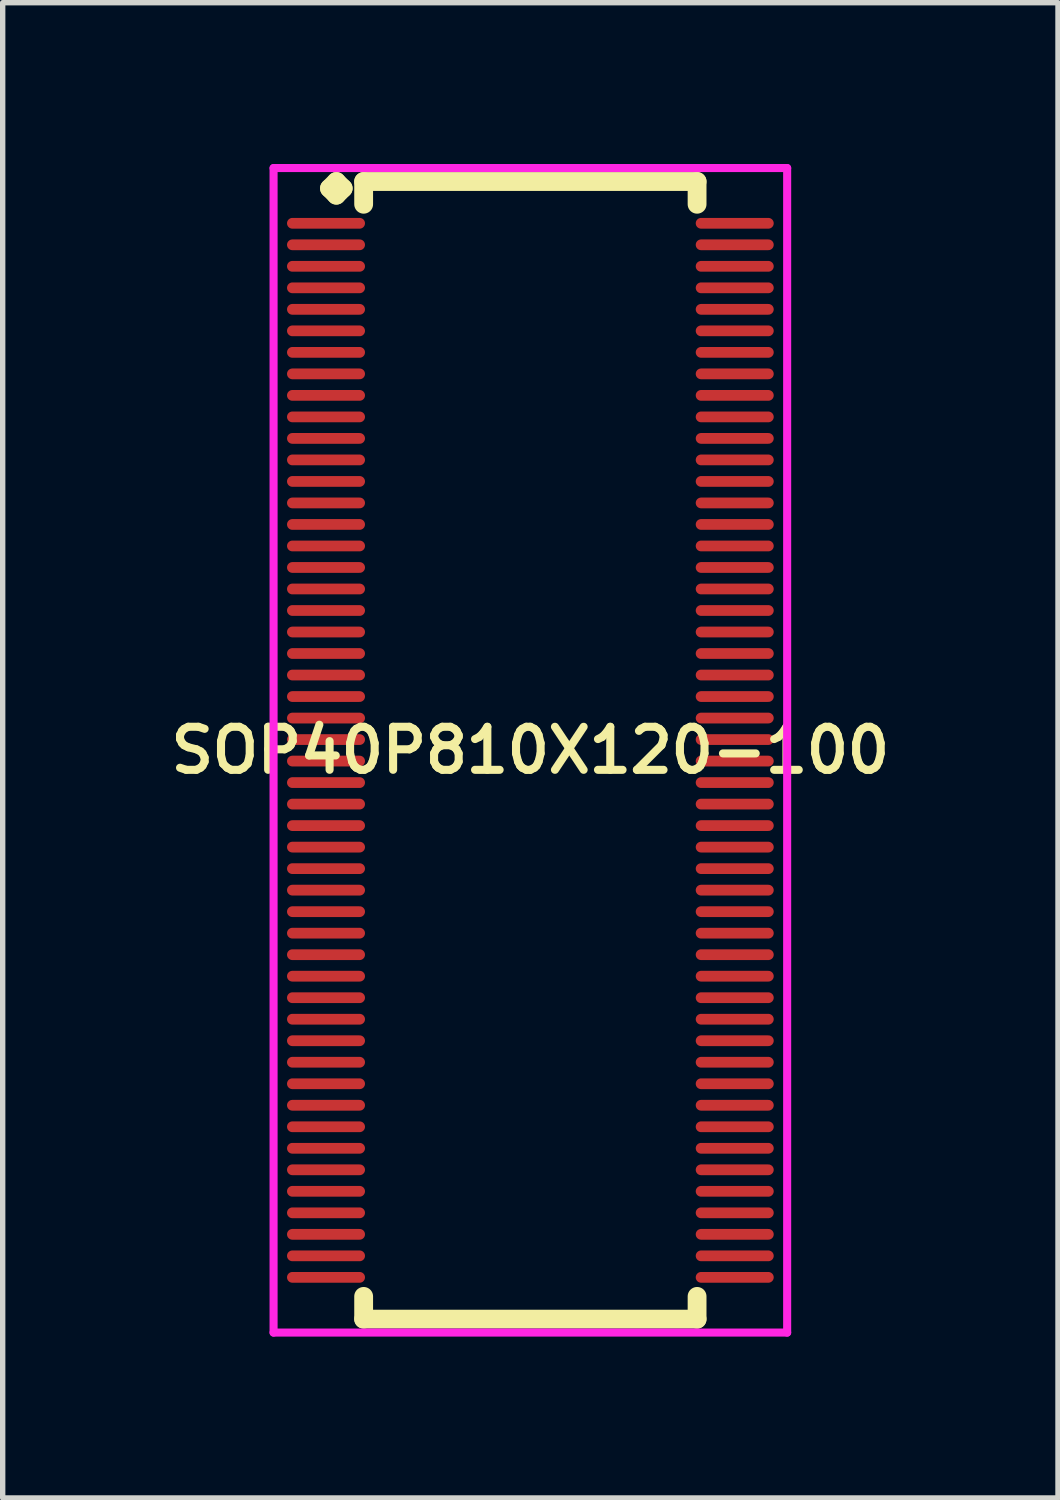
<source format=kicad_pcb>
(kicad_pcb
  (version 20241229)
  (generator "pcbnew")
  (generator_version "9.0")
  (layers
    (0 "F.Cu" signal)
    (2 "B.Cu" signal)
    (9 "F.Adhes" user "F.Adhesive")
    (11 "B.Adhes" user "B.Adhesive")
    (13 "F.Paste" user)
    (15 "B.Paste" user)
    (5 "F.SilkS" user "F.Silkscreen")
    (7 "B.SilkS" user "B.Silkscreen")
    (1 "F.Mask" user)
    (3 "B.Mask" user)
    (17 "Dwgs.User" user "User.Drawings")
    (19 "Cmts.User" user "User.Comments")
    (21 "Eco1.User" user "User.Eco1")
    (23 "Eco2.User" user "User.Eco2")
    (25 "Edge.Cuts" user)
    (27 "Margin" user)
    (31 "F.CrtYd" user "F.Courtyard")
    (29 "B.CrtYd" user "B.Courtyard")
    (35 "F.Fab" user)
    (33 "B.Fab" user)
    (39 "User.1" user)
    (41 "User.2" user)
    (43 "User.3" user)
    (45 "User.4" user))
  (footprint "SOP40P810X120-100"
    (layer "F.Cu")
    (at 6.812 10.902)
    (property "Reference" "SOP40P810X120-100" (at 0 0 0) (layer "F.SilkS") (effects (font (size 0.8 0.8) (thickness 0.15))))
    (attr through_hole)
    (fp_line (start -3.735 -10.45) (end -3.608 -10.577) (stroke (width 0.35) (type solid)) (layer "F.SilkS"))
    (fp_line (start -3.608 -10.577) (end -3.481 -10.45) (stroke (width 0.35) (type solid)) (layer "F.SilkS"))
    (fp_line (start -3.608 -10.323) (end -3.735 -10.45) (stroke (width 0.35) (type solid)) (layer "F.SilkS"))
    (fp_line (start -3.481 -10.45) (end -3.608 -10.323) (stroke (width 0.35) (type solid)) (layer "F.SilkS"))
    (fp_line (start -3.1 -10.577) (end 3.1 -10.577) (stroke (width 0.35) (type solid)) (layer "F.SilkS"))
    (fp_line (start -3.1 -10.154) (end -3.1 -10.577) (stroke (width 0.35) (type solid)) (layer "F.SilkS"))
    (fp_line (start -3.1 10.154) (end -3.1 10.577) (stroke (width 0.35) (type solid)) (layer "F.SilkS"))
    (fp_line (start -3.1 10.577) (end 3.1 10.577) (stroke (width 0.35) (type solid)) (layer "F.SilkS"))
    (fp_line (start 3.1 -10.577) (end 3.1 -10.154) (stroke (width 0.35) (type solid)) (layer "F.SilkS"))
    (fp_line (start 3.1 10.577) (end 3.1 10.154) (stroke (width 0.35) (type solid)) (layer "F.SilkS"))
    (fp_line (start -4.775 -10.827) (end 4.775 -10.827) (stroke (width 0.15) (type solid)) (layer "F.CrtYd"))
    (fp_line (start -4.775 10.827) (end -4.775 -10.827) (stroke (width 0.15) (type solid)) (layer "F.CrtYd"))
    (fp_line (start 4.775 -10.827) (end 4.775 10.827) (stroke (width 0.15) (type solid)) (layer "F.CrtYd"))
    (fp_line (start 4.775 10.827) (end -4.775 10.827) (stroke (width 0.15) (type solid)) (layer "F.CrtYd"))
    (pad "1" smd oval (at -3.8 -9.8) (size 1.45 0.2) (layers "F.Cu" "F.Mask" "F.Paste"))
    (pad "2" smd oval (at -3.8 -9.4) (size 1.45 0.2) (layers "F.Cu" "F.Mask" "F.Paste"))
    (pad "3" smd oval (at -3.8 -9) (size 1.45 0.2) (layers "F.Cu" "F.Mask" "F.Paste"))
    (pad "4" smd oval (at -3.8 -8.6) (size 1.45 0.2) (layers "F.Cu" "F.Mask" "F.Paste"))
    (pad "5" smd oval (at -3.8 -8.2) (size 1.45 0.2) (layers "F.Cu" "F.Mask" "F.Paste"))
    (pad "6" smd oval (at -3.8 -7.8) (size 1.45 0.2) (layers "F.Cu" "F.Mask" "F.Paste"))
    (pad "7" smd oval (at -3.8 -7.4) (size 1.45 0.2) (layers "F.Cu" "F.Mask" "F.Paste"))
    (pad "8" smd oval (at -3.8 -7) (size 1.45 0.2) (layers "F.Cu" "F.Mask" "F.Paste"))
    (pad "9" smd oval (at -3.8 -6.6) (size 1.45 0.2) (layers "F.Cu" "F.Mask" "F.Paste"))
    (pad "10" smd oval (at -3.8 -6.2) (size 1.45 0.2) (layers "F.Cu" "F.Mask" "F.Paste"))
    (pad "11" smd oval (at -3.8 -5.8) (size 1.45 0.2) (layers "F.Cu" "F.Mask" "F.Paste"))
    (pad "12" smd oval (at -3.8 -5.4) (size 1.45 0.2) (layers "F.Cu" "F.Mask" "F.Paste"))
    (pad "13" smd oval (at -3.8 -5) (size 1.45 0.2) (layers "F.Cu" "F.Mask" "F.Paste"))
    (pad "14" smd oval (at -3.8 -4.6) (size 1.45 0.2) (layers "F.Cu" "F.Mask" "F.Paste"))
    (pad "15" smd oval (at -3.8 -4.2) (size 1.45 0.2) (layers "F.Cu" "F.Mask" "F.Paste"))
    (pad "16" smd oval (at -3.8 -3.8) (size 1.45 0.2) (layers "F.Cu" "F.Mask" "F.Paste"))
    (pad "17" smd oval (at -3.8 -3.4) (size 1.45 0.2) (layers "F.Cu" "F.Mask" "F.Paste"))
    (pad "18" smd oval (at -3.8 -3) (size 1.45 0.2) (layers "F.Cu" "F.Mask" "F.Paste"))
    (pad "19" smd oval (at -3.8 -2.6) (size 1.45 0.2) (layers "F.Cu" "F.Mask" "F.Paste"))
    (pad "20" smd oval (at -3.8 -2.2) (size 1.45 0.2) (layers "F.Cu" "F.Mask" "F.Paste"))
    (pad "21" smd oval (at -3.8 -1.8) (size 1.45 0.2) (layers "F.Cu" "F.Mask" "F.Paste"))
    (pad "22" smd oval (at -3.8 -1.4) (size 1.45 0.2) (layers "F.Cu" "F.Mask" "F.Paste"))
    (pad "23" smd oval (at -3.8 -1) (size 1.45 0.2) (layers "F.Cu" "F.Mask" "F.Paste"))
    (pad "24" smd oval (at -3.8 -0.6) (size 1.45 0.2) (layers "F.Cu" "F.Mask" "F.Paste"))
    (pad "25" smd oval (at -3.8 -0.2) (size 1.45 0.2) (layers "F.Cu" "F.Mask" "F.Paste"))
    (pad "26" smd oval (at -3.8 0.2) (size 1.45 0.2) (layers "F.Cu" "F.Mask" "F.Paste"))
    (pad "27" smd oval (at -3.8 0.6) (size 1.45 0.2) (layers "F.Cu" "F.Mask" "F.Paste"))
    (pad "28" smd oval (at -3.8 1) (size 1.45 0.2) (layers "F.Cu" "F.Mask" "F.Paste"))
    (pad "29" smd oval (at -3.8 1.4) (size 1.45 0.2) (layers "F.Cu" "F.Mask" "F.Paste"))
    (pad "30" smd oval (at -3.8 1.8) (size 1.45 0.2) (layers "F.Cu" "F.Mask" "F.Paste"))
    (pad "31" smd oval (at -3.8 2.2) (size 1.45 0.2) (layers "F.Cu" "F.Mask" "F.Paste"))
    (pad "32" smd oval (at -3.8 2.6) (size 1.45 0.2) (layers "F.Cu" "F.Mask" "F.Paste"))
    (pad "33" smd oval (at -3.8 3) (size 1.45 0.2) (layers "F.Cu" "F.Mask" "F.Paste"))
    (pad "34" smd oval (at -3.8 3.4) (size 1.45 0.2) (layers "F.Cu" "F.Mask" "F.Paste"))
    (pad "35" smd oval (at -3.8 3.8) (size 1.45 0.2) (layers "F.Cu" "F.Mask" "F.Paste"))
    (pad "36" smd oval (at -3.8 4.2) (size 1.45 0.2) (layers "F.Cu" "F.Mask" "F.Paste"))
    (pad "37" smd oval (at -3.8 4.6) (size 1.45 0.2) (layers "F.Cu" "F.Mask" "F.Paste"))
    (pad "38" smd oval (at -3.8 5) (size 1.45 0.2) (layers "F.Cu" "F.Mask" "F.Paste"))
    (pad "39" smd oval (at -3.8 5.4) (size 1.45 0.2) (layers "F.Cu" "F.Mask" "F.Paste"))
    (pad "40" smd oval (at -3.8 5.8) (size 1.45 0.2) (layers "F.Cu" "F.Mask" "F.Paste"))
    (pad "41" smd oval (at -3.8 6.2) (size 1.45 0.2) (layers "F.Cu" "F.Mask" "F.Paste"))
    (pad "42" smd oval (at -3.8 6.6) (size 1.45 0.2) (layers "F.Cu" "F.Mask" "F.Paste"))
    (pad "43" smd oval (at -3.8 7) (size 1.45 0.2) (layers "F.Cu" "F.Mask" "F.Paste"))
    (pad "44" smd oval (at -3.8 7.4) (size 1.45 0.2) (layers "F.Cu" "F.Mask" "F.Paste"))
    (pad "45" smd oval (at -3.8 7.8) (size 1.45 0.2) (layers "F.Cu" "F.Mask" "F.Paste"))
    (pad "46" smd oval (at -3.8 8.2) (size 1.45 0.2) (layers "F.Cu" "F.Mask" "F.Paste"))
    (pad "47" smd oval (at -3.8 8.6) (size 1.45 0.2) (layers "F.Cu" "F.Mask" "F.Paste"))
    (pad "48" smd oval (at -3.8 9) (size 1.45 0.2) (layers "F.Cu" "F.Mask" "F.Paste"))
    (pad "49" smd oval (at -3.8 9.4) (size 1.45 0.2) (layers "F.Cu" "F.Mask" "F.Paste"))
    (pad "50" smd oval (at -3.8 9.8) (size 1.45 0.2) (layers "F.Cu" "F.Mask" "F.Paste"))
    (pad "51" smd oval (at 3.8 9.8) (size 1.45 0.2) (layers "F.Cu" "F.Mask" "F.Paste"))
    (pad "52" smd oval (at 3.8 9.4) (size 1.45 0.2) (layers "F.Cu" "F.Mask" "F.Paste"))
    (pad "53" smd oval (at 3.8 9) (size 1.45 0.2) (layers "F.Cu" "F.Mask" "F.Paste"))
    (pad "54" smd oval (at 3.8 8.6) (size 1.45 0.2) (layers "F.Cu" "F.Mask" "F.Paste"))
    (pad "55" smd oval (at 3.8 8.2) (size 1.45 0.2) (layers "F.Cu" "F.Mask" "F.Paste"))
    (pad "56" smd oval (at 3.8 7.8) (size 1.45 0.2) (layers "F.Cu" "F.Mask" "F.Paste"))
    (pad "57" smd oval (at 3.8 7.4) (size 1.45 0.2) (layers "F.Cu" "F.Mask" "F.Paste"))
    (pad "58" smd oval (at 3.8 7) (size 1.45 0.2) (layers "F.Cu" "F.Mask" "F.Paste"))
    (pad "59" smd oval (at 3.8 6.6) (size 1.45 0.2) (layers "F.Cu" "F.Mask" "F.Paste"))
    (pad "60" smd oval (at 3.8 6.2) (size 1.45 0.2) (layers "F.Cu" "F.Mask" "F.Paste"))
    (pad "61" smd oval (at 3.8 5.8) (size 1.45 0.2) (layers "F.Cu" "F.Mask" "F.Paste"))
    (pad "62" smd oval (at 3.8 5.4) (size 1.45 0.2) (layers "F.Cu" "F.Mask" "F.Paste"))
    (pad "63" smd oval (at 3.8 5) (size 1.45 0.2) (layers "F.Cu" "F.Mask" "F.Paste"))
    (pad "64" smd oval (at 3.8 4.6) (size 1.45 0.2) (layers "F.Cu" "F.Mask" "F.Paste"))
    (pad "65" smd oval (at 3.8 4.2) (size 1.45 0.2) (layers "F.Cu" "F.Mask" "F.Paste"))
    (pad "66" smd oval (at 3.8 3.8) (size 1.45 0.2) (layers "F.Cu" "F.Mask" "F.Paste"))
    (pad "67" smd oval (at 3.8 3.4) (size 1.45 0.2) (layers "F.Cu" "F.Mask" "F.Paste"))
    (pad "68" smd oval (at 3.8 3) (size 1.45 0.2) (layers "F.Cu" "F.Mask" "F.Paste"))
    (pad "69" smd oval (at 3.8 2.6) (size 1.45 0.2) (layers "F.Cu" "F.Mask" "F.Paste"))
    (pad "70" smd oval (at 3.8 2.2) (size 1.45 0.2) (layers "F.Cu" "F.Mask" "F.Paste"))
    (pad "71" smd oval (at 3.8 1.8) (size 1.45 0.2) (layers "F.Cu" "F.Mask" "F.Paste"))
    (pad "72" smd oval (at 3.8 1.4) (size 1.45 0.2) (layers "F.Cu" "F.Mask" "F.Paste"))
    (pad "73" smd oval (at 3.8 1) (size 1.45 0.2) (layers "F.Cu" "F.Mask" "F.Paste"))
    (pad "74" smd oval (at 3.8 0.6) (size 1.45 0.2) (layers "F.Cu" "F.Mask" "F.Paste"))
    (pad "75" smd oval (at 3.8 0.2) (size 1.45 0.2) (layers "F.Cu" "F.Mask" "F.Paste"))
    (pad "76" smd oval (at 3.8 -0.2) (size 1.45 0.2) (layers "F.Cu" "F.Mask" "F.Paste"))
    (pad "77" smd oval (at 3.8 -0.6) (size 1.45 0.2) (layers "F.Cu" "F.Mask" "F.Paste"))
    (pad "78" smd oval (at 3.8 -1) (size 1.45 0.2) (layers "F.Cu" "F.Mask" "F.Paste"))
    (pad "79" smd oval (at 3.8 -1.4) (size 1.45 0.2) (layers "F.Cu" "F.Mask" "F.Paste"))
    (pad "80" smd oval (at 3.8 -1.8) (size 1.45 0.2) (layers "F.Cu" "F.Mask" "F.Paste"))
    (pad "81" smd oval (at 3.8 -2.2) (size 1.45 0.2) (layers "F.Cu" "F.Mask" "F.Paste"))
    (pad "82" smd oval (at 3.8 -2.6) (size 1.45 0.2) (layers "F.Cu" "F.Mask" "F.Paste"))
    (pad "83" smd oval (at 3.8 -3) (size 1.45 0.2) (layers "F.Cu" "F.Mask" "F.Paste"))
    (pad "84" smd oval (at 3.8 -3.4) (size 1.45 0.2) (layers "F.Cu" "F.Mask" "F.Paste"))
    (pad "85" smd oval (at 3.8 -3.8) (size 1.45 0.2) (layers "F.Cu" "F.Mask" "F.Paste"))
    (pad "86" smd oval (at 3.8 -4.2) (size 1.45 0.2) (layers "F.Cu" "F.Mask" "F.Paste"))
    (pad "87" smd oval (at 3.8 -4.6) (size 1.45 0.2) (layers "F.Cu" "F.Mask" "F.Paste"))
    (pad "88" smd oval (at 3.8 -5) (size 1.45 0.2) (layers "F.Cu" "F.Mask" "F.Paste"))
    (pad "89" smd oval (at 3.8 -5.4) (size 1.45 0.2) (layers "F.Cu" "F.Mask" "F.Paste"))
    (pad "90" smd oval (at 3.8 -5.8) (size 1.45 0.2) (layers "F.Cu" "F.Mask" "F.Paste"))
    (pad "91" smd oval (at 3.8 -6.2) (size 1.45 0.2) (layers "F.Cu" "F.Mask" "F.Paste"))
    (pad "92" smd oval (at 3.8 -6.6) (size 1.45 0.2) (layers "F.Cu" "F.Mask" "F.Paste"))
    (pad "93" smd oval (at 3.8 -7) (size 1.45 0.2) (layers "F.Cu" "F.Mask" "F.Paste"))
    (pad "94" smd oval (at 3.8 -7.4) (size 1.45 0.2) (layers "F.Cu" "F.Mask" "F.Paste"))
    (pad "95" smd oval (at 3.8 -7.8) (size 1.45 0.2) (layers "F.Cu" "F.Mask" "F.Paste"))
    (pad "96" smd oval (at 3.8 -8.2) (size 1.45 0.2) (layers "F.Cu" "F.Mask" "F.Paste"))
    (pad "97" smd oval (at 3.8 -8.6) (size 1.45 0.2) (layers "F.Cu" "F.Mask" "F.Paste"))
    (pad "98" smd oval (at 3.8 -9) (size 1.45 0.2) (layers "F.Cu" "F.Mask" "F.Paste"))
    (pad "99" smd oval (at 3.8 -9.4) (size 1.45 0.2) (layers "F.Cu" "F.Mask" "F.Paste"))
    (pad "100" smd oval (at 3.8 -9.8) (size 1.45 0.2) (layers "F.Cu" "F.Mask" "F.Paste")))
  (gr_rect
    (start -3 -3)
    (end 16.623 24.804)
    (stroke (width 0.1) (type default))
    (fill no)
    (layer "Edge.Cuts")))
</source>
